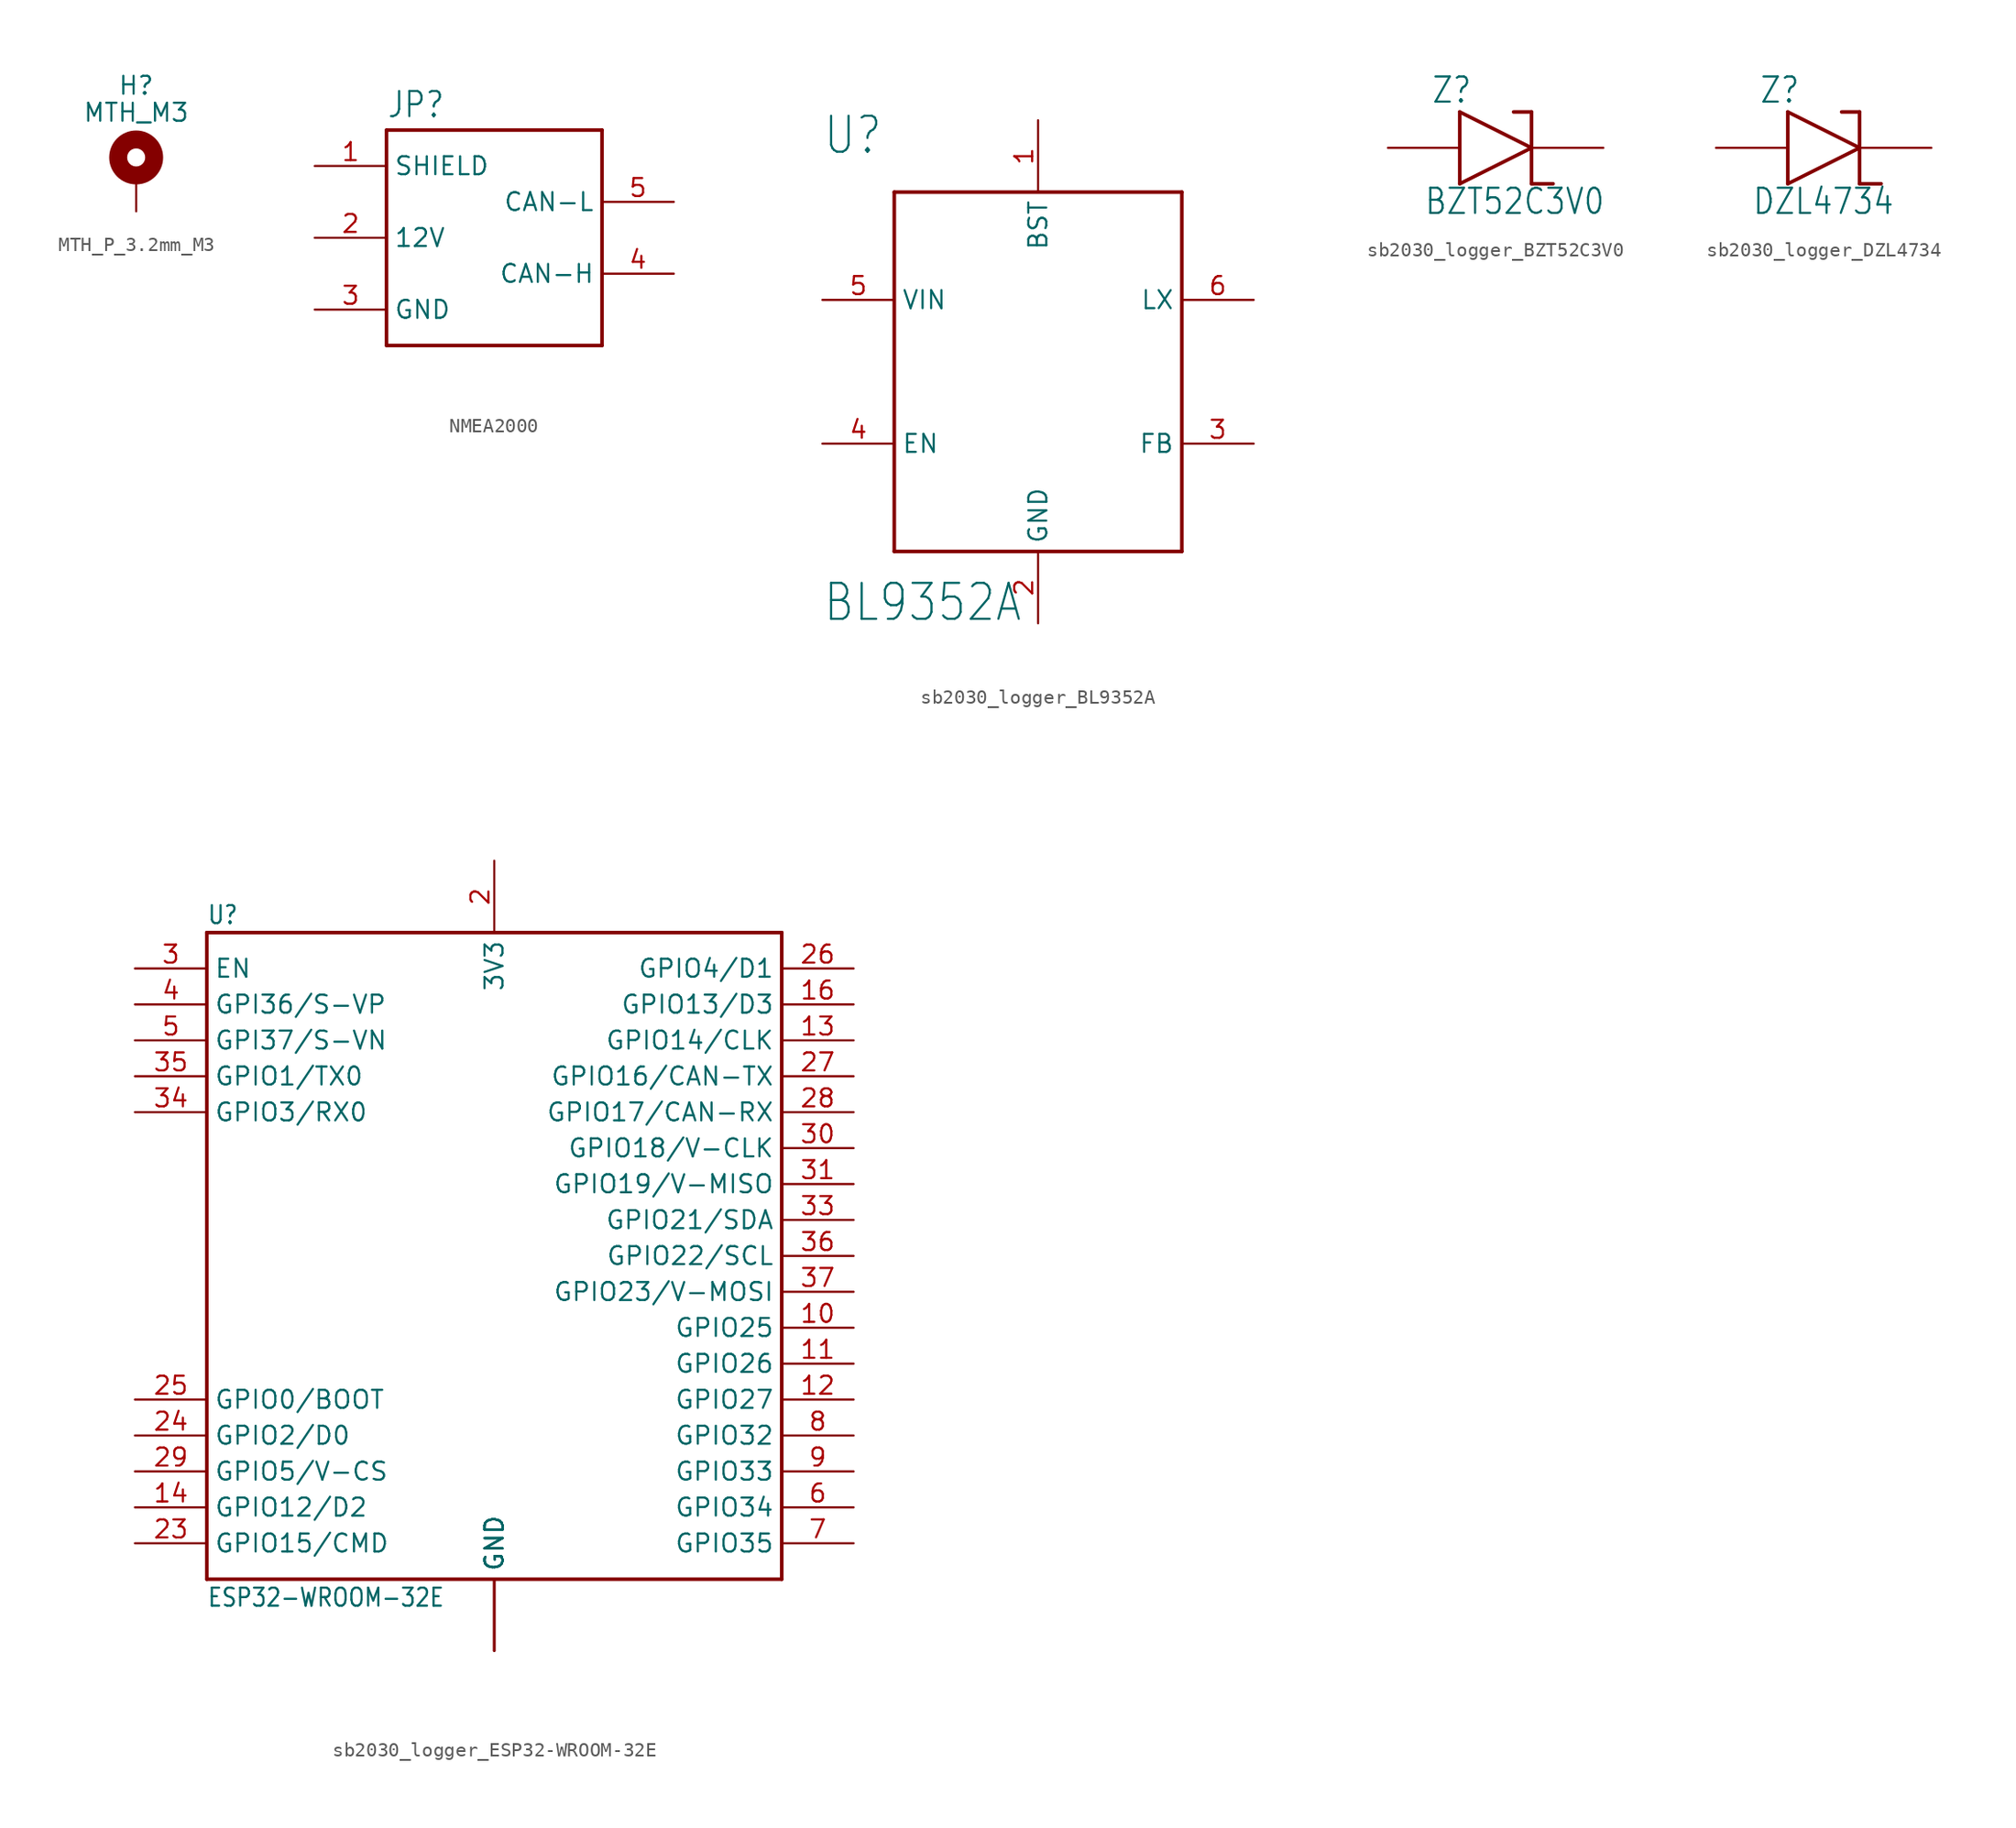
<source format=kicad_sym>
(kicad_symbol_lib
  (version 20241209)
  (generator "kicad_symbol_editor")
  (generator_version "9.0")
  (symbol "MTH_P_3.2mm_M3"
    (pin_numbers
      (hide yes))
    (pin_names
      (offset 1.016)
      (hide yes))
    (property "Reference" "H"
      (at 0 6.35 0)
      (effects (font (size 1.27 1.27))))
    (property "Value" "MTH_M3"
      (at 0 4.445 0)
      (effects (font (size 1.27 1.27))))
    (symbol "MTH_P_3.2mm_M3_0_1"
      (circle (center 0 1.27) (radius 1.27) (stroke (width 1.27) (type default)) (fill (type none))))
    (symbol "MTH_P_3.2mm_M3_1_1"
      (pin passive line (at 0 -2.54 90) (length 2.54) (name "1" (effects (font (size 1.27 1.27)))) (number "1" (effects (font (size 1.27 1.27)))))))
  (symbol "NMEA2000"
    (property "Reference" "JP"
      (at -7.62 8.382 0)
      (effects (font (size 1.778 1.511)) (justify left bottom)))
    (property "Value" ""
      (at -7.62 -10.16 0)
      (effects (font (size 1.778 1.511)) (justify left bottom)))
    (property "ki_locked" ""
      (at 0 0 0)
      (effects (font (size 1.27 1.27))))
    (symbol "NMEA2000_1_0"
      (polyline (pts (xy -7.62 7.62) (xy 7.62 7.62)) (stroke (width 0.254) (type solid)) (fill (type none)))
      (polyline (pts (xy -7.62 -7.62) (xy -7.62 7.62)) (stroke (width 0.254) (type solid)) (fill (type none)))
      (polyline (pts (xy 7.62 7.62) (xy 7.62 -7.62)) (stroke (width 0.254) (type solid)) (fill (type none)))
      (polyline (pts (xy 7.62 -7.62) (xy -7.62 -7.62)) (stroke (width 0.254) (type solid)) (fill (type none)))
      (pin bidirectional line (at -12.7 5.08 0) (length 5.08) (name "SHIELD" (effects (font (size 1.27 1.27)))) (number "1" (effects (font (size 1.27 1.27)))))
      (pin bidirectional line (at -12.7 0 0) (length 5.08) (name "12V" (effects (font (size 1.27 1.27)))) (number "2" (effects (font (size 1.27 1.27)))))
      (pin bidirectional line (at -12.7 -5.08 0) (length 5.08) (name "GND" (effects (font (size 1.27 1.27)))) (number "3" (effects (font (size 1.27 1.27)))))
      (pin bidirectional line (at 12.7 2.54 180) (length 5.08) (name "CAN-L" (effects (font (size 1.27 1.27)))) (number "5" (effects (font (size 1.27 1.27)))))
      (pin bidirectional line (at 12.7 -2.54 180) (length 5.08) (name "CAN-H" (effects (font (size 1.27 1.27)))) (number "4" (effects (font (size 1.27 1.27)))))))
  (symbol "sb2030_logger_BL9352A"
    (property "Reference" "U"
      (at -15.24 17.78 0)
      (effects (font (size 2.54 2.159)) (justify left bottom)))
    (property "Value" "BL9352A"
      (at -15.24 -15.24 0)
      (effects (font (size 2.54 2.159)) (justify left bottom)))
    (symbol "sb2030_logger_BL9352A_1_0"
      (polyline (pts (xy -10.16 15.24) (xy 10.16 15.24)) (stroke (width 0.254) (type solid)) (fill (type none)))
      (polyline (pts (xy -10.16 -10.16) (xy -10.16 15.24)) (stroke (width 0.254) (type solid)) (fill (type none)))
      (polyline (pts (xy 10.16 15.24) (xy 10.16 -10.16)) (stroke (width 0.254) (type solid)) (fill (type none)))
      (polyline (pts (xy 10.16 -10.16) (xy -10.16 -10.16)) (stroke (width 0.254) (type solid)) (fill (type none)))
      (pin bidirectional line (at -15.24 7.62 0) (length 5.08) (name "VIN" (effects (font (size 1.27 1.27)))) (number "5" (effects (font (size 1.27 1.27)))))
      (pin bidirectional line (at -15.24 -2.54 0) (length 5.08) (name "EN" (effects (font (size 1.27 1.27)))) (number "4" (effects (font (size 1.27 1.27)))))
      (pin bidirectional line (at 0 20.32 270) (length 5.08) (name "BST" (effects (font (size 1.27 1.27)))) (number "1" (effects (font (size 1.27 1.27)))))
      (pin bidirectional line (at 0 -15.24 90) (length 5.08) (name "GND" (effects (font (size 1.27 1.27)))) (number "2" (effects (font (size 1.27 1.27)))))
      (pin bidirectional line (at 15.24 7.62 180) (length 5.08) (name "LX" (effects (font (size 1.27 1.27)))) (number "6" (effects (font (size 1.27 1.27)))))
      (pin bidirectional line (at 15.24 -2.54 180) (length 5.08) (name "FB" (effects (font (size 1.27 1.27)))) (number "3" (effects (font (size 1.27 1.27)))))))
  (symbol "sb2030_logger_BZT52C3V0"
    (property "Reference" "Z"
      (at -4.572 3.048 0)
      (effects (font (size 1.778 1.511)) (justify left bottom)))
    (property "Value" "BZT52C3V0"
      (at -5.08 -4.826 0)
      (effects (font (size 1.778 1.511)) (justify left bottom)))
    (symbol "sb2030_logger_BZT52C3V0_1_0"
      (polyline (pts (xy -2.54 2.54) (xy 2.54 0)) (stroke (width 0.254) (type solid)) (fill (type none)))
      (polyline (pts (xy -2.54 -2.54) (xy -2.54 2.54)) (stroke (width 0.254) (type solid)) (fill (type none)))
      (polyline (pts (xy 2.54 2.54) (xy 1.27 2.54)) (stroke (width 0.254) (type solid)) (fill (type none)))
      (polyline (pts (xy 2.54 2.54) (xy 2.54 -2.54)) (stroke (width 0.254) (type solid)) (fill (type none)))
      (polyline (pts (xy 2.54 0) (xy -2.54 -2.54)) (stroke (width 0.254) (type solid)) (fill (type none)))
      (polyline (pts (xy 2.54 -2.54) (xy 4.064 -2.54)) (stroke (width 0.254) (type solid)) (fill (type none)))
      (pin bidirectional line (at -7.62 0 0) (length 5.08) (name "A" (effects (font (size 0 0)))) (number "1" (effects (font (size 0 0)))))
      (pin bidirectional line (at 7.62 0 180) (length 5.08) (name "K" (effects (font (size 0 0)))) (number "2" (effects (font (size 0 0)))))))
  (symbol "sb2030_logger_DZL4734"
    (property "Reference" "Z"
      (at -4.572 3.048 0)
      (effects (font (size 1.778 1.511)) (justify left bottom)))
    (property "Value" "DZL4734"
      (at -5.08 -4.826 0)
      (effects (font (size 1.778 1.511)) (justify left bottom)))
    (symbol "sb2030_logger_DZL4734_1_0"
      (polyline (pts (xy -2.54 2.54) (xy 2.54 0)) (stroke (width 0.254) (type solid)) (fill (type none)))
      (polyline (pts (xy -2.54 -2.54) (xy -2.54 2.54)) (stroke (width 0.254) (type solid)) (fill (type none)))
      (polyline (pts (xy 2.54 2.54) (xy 1.27 2.54)) (stroke (width 0.254) (type solid)) (fill (type none)))
      (polyline (pts (xy 2.54 2.54) (xy 2.54 -2.54)) (stroke (width 0.254) (type solid)) (fill (type none)))
      (polyline (pts (xy 2.54 0) (xy -2.54 -2.54)) (stroke (width 0.254) (type solid)) (fill (type none)))
      (polyline (pts (xy 2.54 -2.54) (xy 4.064 -2.54)) (stroke (width 0.254) (type solid)) (fill (type none)))
      (pin bidirectional line (at -7.62 0 0) (length 5.08) (name "A" (effects (font (size 0 0)))) (number "A" (effects (font (size 0 0)))))
      (pin bidirectional line (at 7.62 0 180) (length 5.08) (name "K" (effects (font (size 0 0)))) (number "K" (effects (font (size 0 0)))))))
  (symbol "sb2030_logger_ESP32-WROOM-32E"
    (property "Reference" "U"
      (at -20.32 23.368 0)
      (effects (font (size 1.27 1.079)) (justify left bottom)))
    (property "Value" "ESP32-WROOM-32E"
      (at -20.32 -24.892 0)
      (effects (font (size 1.27 1.079)) (justify left bottom)))
    (symbol "sb2030_logger_ESP32-WROOM-32E_1_0"
      (polyline (pts (xy -20.32 22.86) (xy 20.32 22.86)) (stroke (width 0.254) (type solid)) (fill (type none)))
      (polyline (pts (xy -20.32 -22.86) (xy -20.32 22.86)) (stroke (width 0.254) (type solid)) (fill (type none)))
      (polyline (pts (xy 20.32 22.86) (xy 20.32 -22.86)) (stroke (width 0.254) (type solid)) (fill (type none)))
      (polyline (pts (xy 20.32 -22.86) (xy -20.32 -22.86)) (stroke (width 0.254) (type solid)) (fill (type none)))
      (pin bidirectional line (at -25.4 20.32 0) (length 5.08) (name "EN" (effects (font (size 1.27 1.27)))) (number "3" (effects (font (size 1.27 1.27)))))
      (pin bidirectional line (at -25.4 17.78 0) (length 5.08) (name "GPI36/S-VP" (effects (font (size 1.27 1.27)))) (number "4" (effects (font (size 1.27 1.27)))))
      (pin bidirectional line (at -25.4 15.24 0) (length 5.08) (name "GPI37/S-VN" (effects (font (size 1.27 1.27)))) (number "5" (effects (font (size 1.27 1.27)))))
      (pin bidirectional line (at -25.4 12.7 0) (length 5.08) (name "GPIO1/TX0" (effects (font (size 1.27 1.27)))) (number "35" (effects (font (size 1.27 1.27)))))
      (pin bidirectional line (at -25.4 10.16 0) (length 5.08) (name "GPIO3/RX0" (effects (font (size 1.27 1.27)))) (number "34" (effects (font (size 1.27 1.27)))))
      (pin bidirectional line (at -25.4 -10.16 0) (length 5.08) (name "GPIO0/BOOT" (effects (font (size 1.27 1.27)))) (number "25" (effects (font (size 1.27 1.27)))))
      (pin bidirectional line (at -25.4 -12.7 0) (length 5.08) (name "GPIO2/D0" (effects (font (size 1.27 1.27)))) (number "24" (effects (font (size 1.27 1.27)))))
      (pin bidirectional line (at -25.4 -15.24 0) (length 5.08) (name "GPIO5/V-CS" (effects (font (size 1.27 1.27)))) (number "29" (effects (font (size 1.27 1.27)))))
      (pin bidirectional line (at -25.4 -17.78 0) (length 5.08) (name "GPIO12/D2" (effects (font (size 1.27 1.27)))) (number "14" (effects (font (size 1.27 1.27)))))
      (pin bidirectional line (at -25.4 -20.32 0) (length 5.08) (name "GPIO15/CMD" (effects (font (size 1.27 1.27)))) (number "23" (effects (font (size 1.27 1.27)))))
      (pin bidirectional line (at 0 27.94 270) (length 5.08) (name "3V3" (effects (font (size 1.27 1.27)))) (number "2" (effects (font (size 1.27 1.27)))))
      (pin bidirectional line (at 0 -27.94 90) (length 5.08) (name "GND" (effects (font (size 1.27 1.27)))) (number "1" (effects (font (size 0 0)))))
      (pin bidirectional line (at 0 -27.94 90) (length 5.08) (name "GND" (effects (font (size 1.27 1.27)))) (number "15" (effects (font (size 0 0)))))
      (pin bidirectional line (at 0 -27.94 90) (length 5.08) (name "GND" (effects (font (size 1.27 1.27)))) (number "38" (effects (font (size 0 0)))))
      (pin bidirectional line (at 0 -27.94 90) (length 5.08) (name "GND" (effects (font (size 1.27 1.27)))) (number "THERM" (effects (font (size 0 0)))))
      (pin bidirectional line (at 25.4 20.32 180) (length 5.08) (name "GPIO4/D1" (effects (font (size 1.27 1.27)))) (number "26" (effects (font (size 1.27 1.27)))))
      (pin bidirectional line (at 25.4 17.78 180) (length 5.08) (name "GPIO13/D3" (effects (font (size 1.27 1.27)))) (number "16" (effects (font (size 1.27 1.27)))))
      (pin bidirectional line (at 25.4 15.24 180) (length 5.08) (name "GPIO14/CLK" (effects (font (size 1.27 1.27)))) (number "13" (effects (font (size 1.27 1.27)))))
      (pin bidirectional line (at 25.4 12.7 180) (length 5.08) (name "GPIO16/CAN-TX" (effects (font (size 1.27 1.27)))) (number "27" (effects (font (size 1.27 1.27)))))
      (pin bidirectional line (at 25.4 10.16 180) (length 5.08) (name "GPIO17/CAN-RX" (effects (font (size 1.27 1.27)))) (number "28" (effects (font (size 1.27 1.27)))))
      (pin bidirectional line (at 25.4 7.62 180) (length 5.08) (name "GPIO18/V-CLK" (effects (font (size 1.27 1.27)))) (number "30" (effects (font (size 1.27 1.27)))))
      (pin bidirectional line (at 25.4 5.08 180) (length 5.08) (name "GPIO19/V-MISO" (effects (font (size 1.27 1.27)))) (number "31" (effects (font (size 1.27 1.27)))))
      (pin bidirectional line (at 25.4 2.54 180) (length 5.08) (name "GPIO21/SDA" (effects (font (size 1.27 1.27)))) (number "33" (effects (font (size 1.27 1.27)))))
      (pin bidirectional line (at 25.4 0 180) (length 5.08) (name "GPIO22/SCL" (effects (font (size 1.27 1.27)))) (number "36" (effects (font (size 1.27 1.27)))))
      (pin bidirectional line (at 25.4 -2.54 180) (length 5.08) (name "GPIO23/V-MOSI" (effects (font (size 1.27 1.27)))) (number "37" (effects (font (size 1.27 1.27)))))
      (pin bidirectional line (at 25.4 -5.08 180) (length 5.08) (name "GPIO25" (effects (font (size 1.27 1.27)))) (number "10" (effects (font (size 1.27 1.27)))))
      (pin bidirectional line (at 25.4 -7.62 180) (length 5.08) (name "GPIO26" (effects (font (size 1.27 1.27)))) (number "11" (effects (font (size 1.27 1.27)))))
      (pin bidirectional line (at 25.4 -10.16 180) (length 5.08) (name "GPIO27" (effects (font (size 1.27 1.27)))) (number "12" (effects (font (size 1.27 1.27)))))
      (pin bidirectional line (at 25.4 -12.7 180) (length 5.08) (name "GPIO32" (effects (font (size 1.27 1.27)))) (number "8" (effects (font (size 1.27 1.27)))))
      (pin bidirectional line (at 25.4 -15.24 180) (length 5.08) (name "GPIO33" (effects (font (size 1.27 1.27)))) (number "9" (effects (font (size 1.27 1.27)))))
      (pin bidirectional line (at 25.4 -17.78 180) (length 5.08) (name "GPIO34" (effects (font (size 1.27 1.27)))) (number "6" (effects (font (size 1.27 1.27)))))
      (pin bidirectional line (at 25.4 -20.32 180) (length 5.08) (name "GPIO35" (effects (font (size 1.27 1.27)))) (number "7" (effects (font (size 1.27 1.27))))))))
</source>
